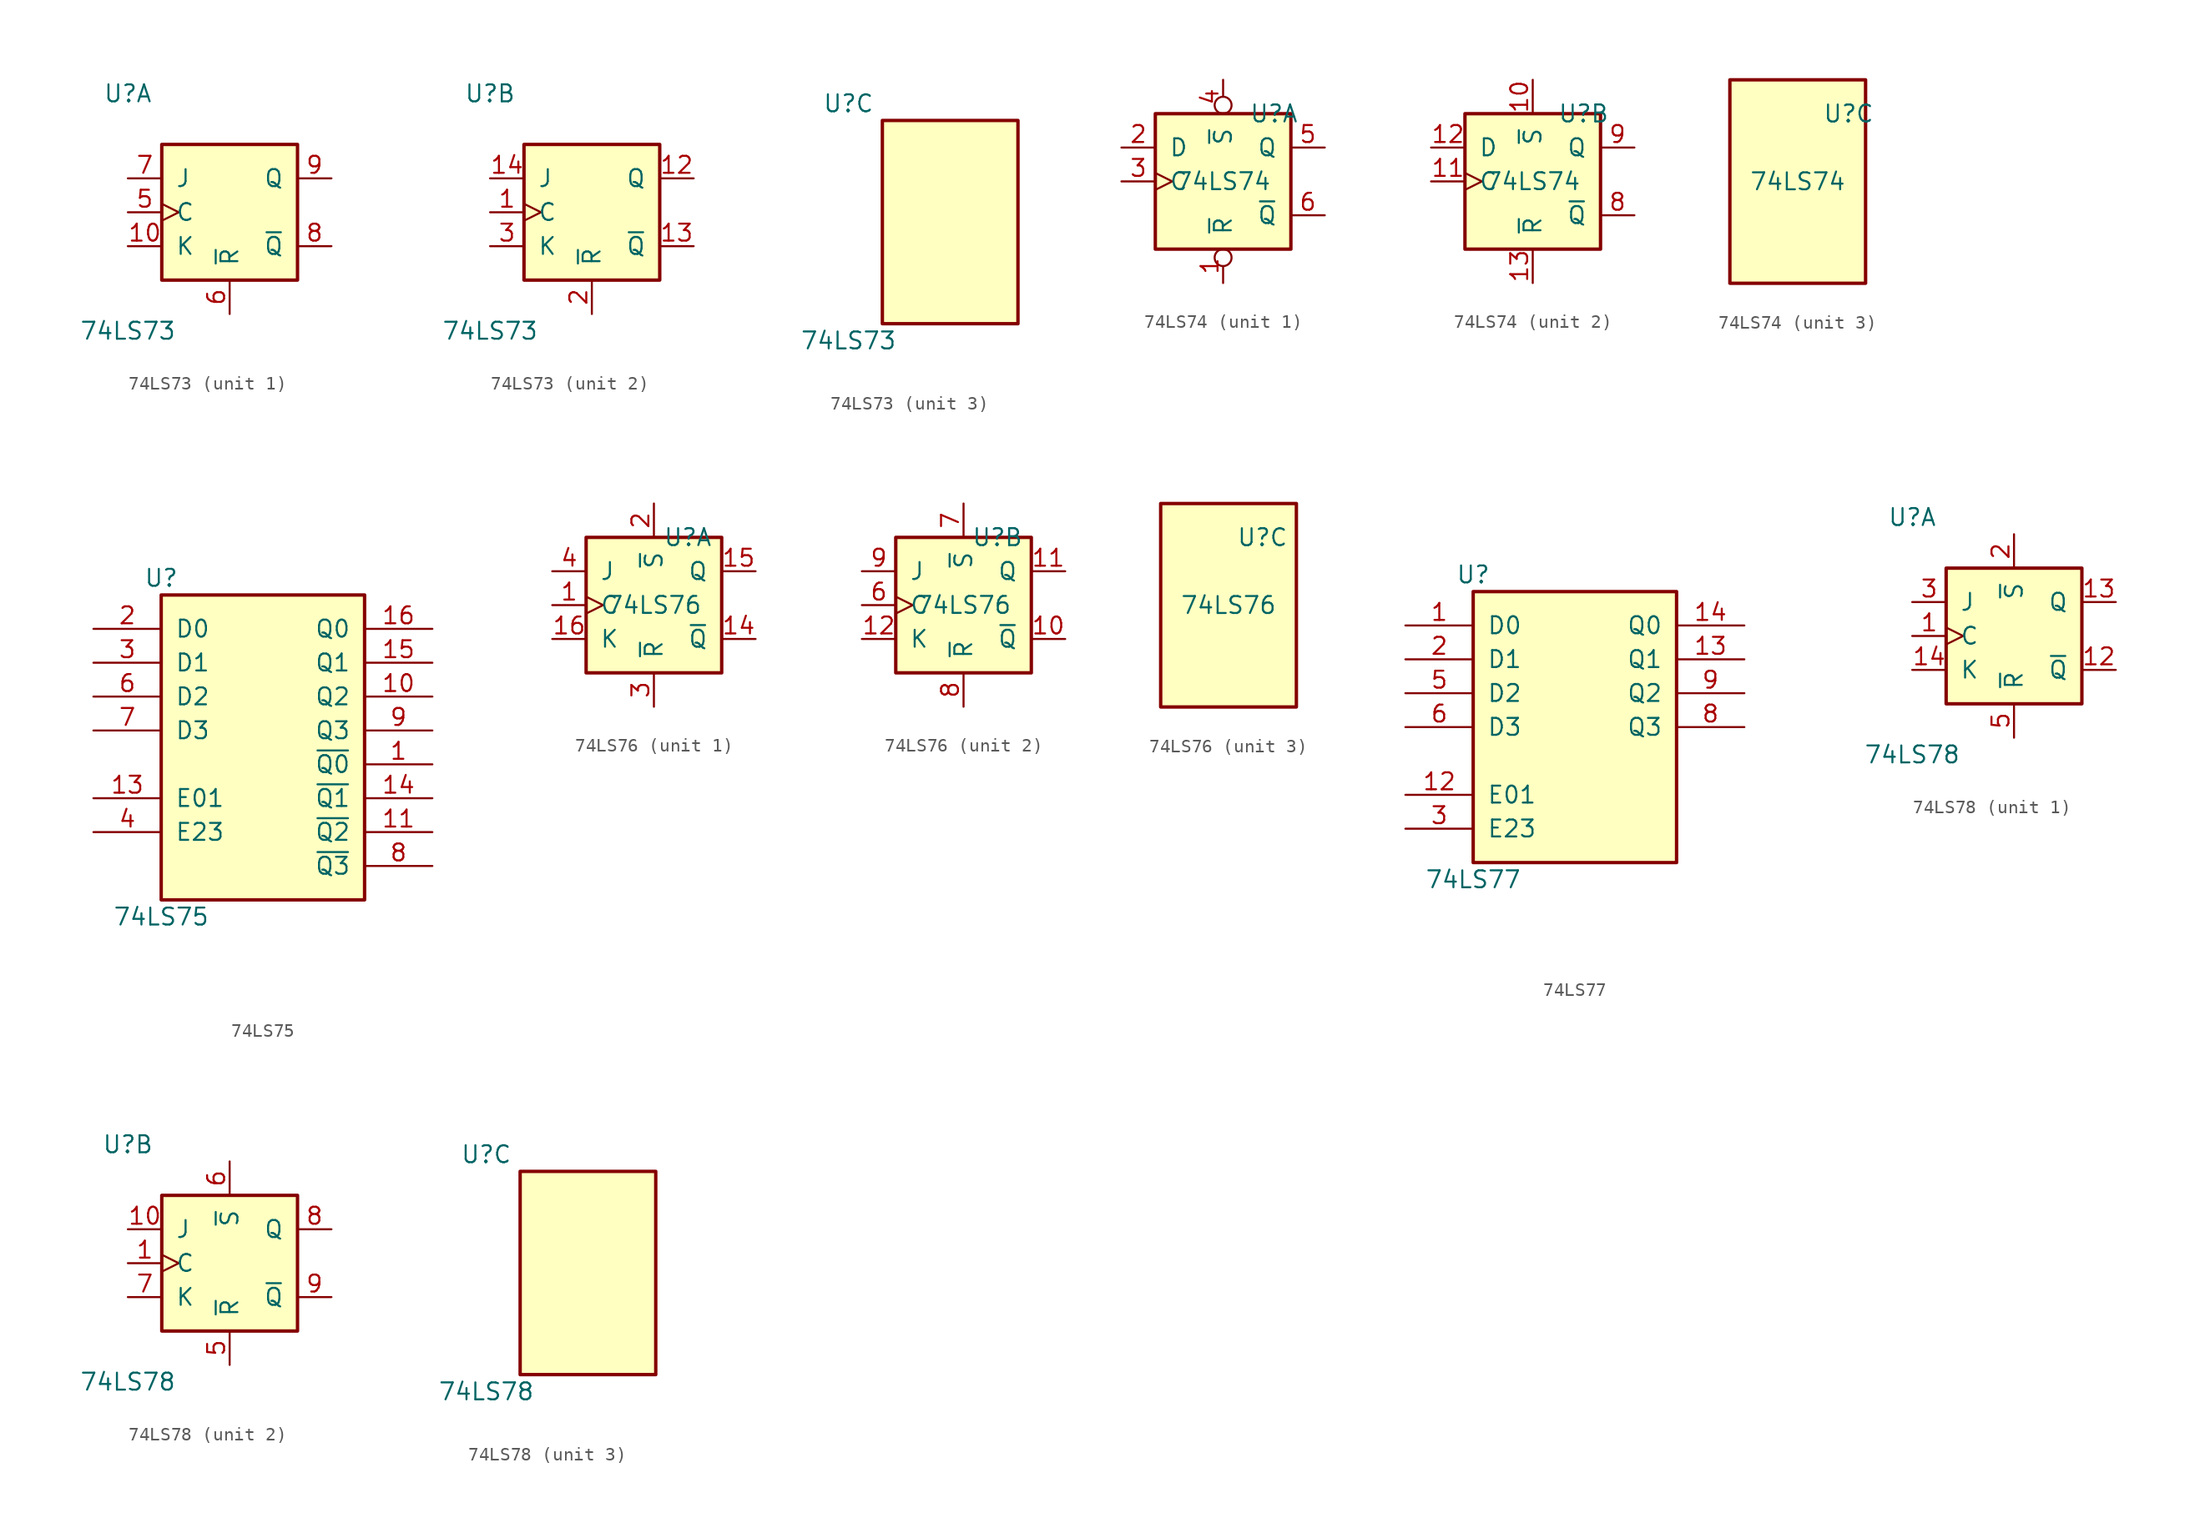
<source format=kicad_sym>
(kicad_symbol_lib
  (version 20211014)
  (generator kicad_symbol_editor)
  (symbol "74LS73"
    (pin_names
      (offset 1.016))
    (property "Reference" "U"
      (at -7.62 8.89 0)
      (effects (font (size 1.27 1.27))))
    (property "Value" "74LS73"
      (at -7.62 -8.89 0)
      (effects (font (size 1.27 1.27))))
    (property "ki_locked" ""
      (at 0 0 0)
      (effects (font (size 1.27 1.27))))
    (symbol "74LS73_1_0"
      (pin input line (at -7.62 -2.54 0) (length 2.54) (name "K" (effects (font (size 1.27 1.27)))) (number "10" (effects (font (size 1.27 1.27)))))
      (pin input clock (at -7.62 0 0) (length 2.54) (name "C" (effects (font (size 1.27 1.27)))) (number "5" (effects (font (size 1.27 1.27)))))
      (pin input line (at 0 -7.62 90) (length 2.54) (name "~{R}" (effects (font (size 1.27 1.27)))) (number "6" (effects (font (size 1.27 1.27)))))
      (pin input line (at -7.62 2.54 0) (length 2.54) (name "J" (effects (font (size 1.27 1.27)))) (number "7" (effects (font (size 1.27 1.27)))))
      (pin output line (at 7.62 -2.54 180) (length 2.54) (name "~{Q}" (effects (font (size 1.27 1.27)))) (number "8" (effects (font (size 1.27 1.27)))))
      (pin output line (at 7.62 2.54 180) (length 2.54) (name "Q" (effects (font (size 1.27 1.27)))) (number "9" (effects (font (size 1.27 1.27))))))
    (symbol "74LS73_1_1"
      (rectangle (start -5.08 5.08) (end 5.08 -5.08) (stroke (width 0.254) (type default) (color 0 0 0 0)) (fill (type background))))
    (symbol "74LS73_2_0"
      (pin input clock (at -7.62 0 0) (length 2.54) (name "C" (effects (font (size 1.27 1.27)))) (number "1" (effects (font (size 1.27 1.27)))))
      (pin output line (at 7.62 2.54 180) (length 2.54) (name "Q" (effects (font (size 1.27 1.27)))) (number "12" (effects (font (size 1.27 1.27)))))
      (pin output line (at 7.62 -2.54 180) (length 2.54) (name "~{Q}" (effects (font (size 1.27 1.27)))) (number "13" (effects (font (size 1.27 1.27)))))
      (pin input line (at -7.62 2.54 0) (length 2.54) (name "J" (effects (font (size 1.27 1.27)))) (number "14" (effects (font (size 1.27 1.27)))))
      (pin input line (at 0 -7.62 90) (length 2.54) (name "~{R}" (effects (font (size 1.27 1.27)))) (number "2" (effects (font (size 1.27 1.27)))))
      (pin input line (at -7.62 -2.54 0) (length 2.54) (name "K" (effects (font (size 1.27 1.27)))) (number "3" (effects (font (size 1.27 1.27))))))
    (symbol "74LS73_2_1"
      (rectangle (start -5.08 5.08) (end 5.08 -5.08) (stroke (width 0.254) (type default) (color 0 0 0 0)) (fill (type background))))
    (symbol "74LS73_3_0"
      (pin input line (at 0 -10.16 90) (length 2.54) hide (name "GND" (effects (font (size 1.27 1.27)))) (number "11" (effects (font (size 1.27 1.27)))))
      (pin input line (at 0 10.16 270) (length 2.54) hide (name "VCC" (effects (font (size 1.27 1.27)))) (number "4" (effects (font (size 1.27 1.27))))))
    (symbol "74LS73_3_1"
      (rectangle (start -5.08 7.62) (end 5.08 -7.62) (stroke (width 0.254) (type default) (color 0 0 0 0)) (fill (type background)))))
  (symbol "74LS74"
    (pin_names
      (offset 1.016))
    (property "Reference" "U"
      (at 3.81 5.08 0)
      (effects (font (size 1.27 1.27))))
    (property "Value" "74LS74"
      (at 0 0 0)
      (effects (font (size 1.27 1.27))))
    (property "ki_locked" ""
      (at 0 0 0)
      (effects (font (size 1.27 1.27))))
    (symbol "74LS74_1_0"
      (pin input inverted (at 0 -7.62 90) (length 2.54) (name "~{R}" (effects (font (size 1.27 1.27)))) (number "1" (effects (font (size 1.27 1.27)))))
      (pin input line (at -7.62 2.54 0) (length 2.54) (name "D" (effects (font (size 1.27 1.27)))) (number "2" (effects (font (size 1.27 1.27)))))
      (pin input clock (at -7.62 0 0) (length 2.54) (name "C" (effects (font (size 1.27 1.27)))) (number "3" (effects (font (size 1.27 1.27)))))
      (pin input inverted (at 0 7.62 270) (length 2.54) (name "~{S}" (effects (font (size 1.27 1.27)))) (number "4" (effects (font (size 1.27 1.27)))))
      (pin output line (at 7.62 2.54 180) (length 2.54) (name "Q" (effects (font (size 1.27 1.27)))) (number "5" (effects (font (size 1.27 1.27)))))
      (pin output line (at 7.62 -2.54 180) (length 2.54) (name "~{Q}" (effects (font (size 1.27 1.27)))) (number "6" (effects (font (size 1.27 1.27))))))
    (symbol "74LS74_1_1"
      (rectangle (start -5.08 5.08) (end 5.08 -5.08) (stroke (width 0.254) (type default) (color 0 0 0 0)) (fill (type background))))
    (symbol "74LS74_2_0"
      (pin input clock (at -7.62 0 0) (length 2.54) (name "C" (effects (font (size 1.27 1.27)))) (number "11" (effects (font (size 1.27 1.27)))))
      (pin input line (at -7.62 2.54 0) (length 2.54) (name "D" (effects (font (size 1.27 1.27)))) (number "12" (effects (font (size 1.27 1.27)))))
      (pin input line (at 0 -7.62 90) (length 2.54) (name "~{R}" (effects (font (size 1.27 1.27)))) (number "13" (effects (font (size 1.27 1.27)))))
      (pin output line (at 7.62 -2.54 180) (length 2.54) (name "~{Q}" (effects (font (size 1.27 1.27)))) (number "8" (effects (font (size 1.27 1.27)))))
      (pin output line (at 7.62 2.54 180) (length 2.54) (name "Q" (effects (font (size 1.27 1.27)))) (number "9" (effects (font (size 1.27 1.27))))))
    (symbol "74LS74_2_1"
      (rectangle (start -5.08 5.08) (end 5.08 -5.08) (stroke (width 0.254) (type default) (color 0 0 0 0)) (fill (type background)))
      (pin input line (at 0 7.62 270) (length 2.54) (name "~{S}" (effects (font (size 1.27 1.27)))) (number "10" (effects (font (size 1.27 1.27))))))
    (symbol "74LS74_3_0"
      (pin power_in line (at 0 7.62 270) (length 2.54) hide (name "VCC" (effects (font (size 1.27 1.27)))) (number "14" (effects (font (size 1.27 1.27)))))
      (pin power_in line (at 0 -7.62 90) (length 2.54) hide (name "VSS" (effects (font (size 1.27 1.27)))) (number "7" (effects (font (size 1.27 1.27))))))
    (symbol "74LS74_3_1"
      (rectangle (start -5.08 7.62) (end 5.08 -7.62) (stroke (width 0.254) (type default) (color 0 0 0 0)) (fill (type background)))))
  (symbol "74LS75"
    (pin_names
      (offset 1.016))
    (property "Reference" "U"
      (at -7.62 11.43 0)
      (effects (font (size 1.27 1.27))))
    (property "Value" "74LS75"
      (at -7.62 -13.97 0)
      (effects (font (size 1.27 1.27))))
    (property "ki_locked" ""
      (at 0 0 0)
      (effects (font (size 1.27 1.27))))
    (symbol "74LS75_1_0"
      (pin output line (at 12.7 -2.54 180) (length 5.08) (name "~{Q0}" (effects (font (size 1.27 1.27)))) (number "1" (effects (font (size 1.27 1.27)))))
      (pin output line (at 12.7 2.54 180) (length 5.08) (name "Q2" (effects (font (size 1.27 1.27)))) (number "10" (effects (font (size 1.27 1.27)))))
      (pin output line (at 12.7 -7.62 180) (length 5.08) (name "~{Q2}" (effects (font (size 1.27 1.27)))) (number "11" (effects (font (size 1.27 1.27)))))
      (pin input line (at 0 -17.78 90) (length 5.08) hide (name "GND" (effects (font (size 1.27 1.27)))) (number "12" (effects (font (size 1.27 1.27)))))
      (pin input line (at -12.7 -5.08 0) (length 5.08) (name "E01" (effects (font (size 1.27 1.27)))) (number "13" (effects (font (size 1.27 1.27)))))
      (pin output line (at 12.7 -5.08 180) (length 5.08) (name "~{Q1}" (effects (font (size 1.27 1.27)))) (number "14" (effects (font (size 1.27 1.27)))))
      (pin output line (at 12.7 5.08 180) (length 5.08) (name "Q1" (effects (font (size 1.27 1.27)))) (number "15" (effects (font (size 1.27 1.27)))))
      (pin output line (at 12.7 7.62 180) (length 5.08) (name "Q0" (effects (font (size 1.27 1.27)))) (number "16" (effects (font (size 1.27 1.27)))))
      (pin input line (at -12.7 7.62 0) (length 5.08) (name "D0" (effects (font (size 1.27 1.27)))) (number "2" (effects (font (size 1.27 1.27)))))
      (pin input line (at -12.7 5.08 0) (length 5.08) (name "D1" (effects (font (size 1.27 1.27)))) (number "3" (effects (font (size 1.27 1.27)))))
      (pin input line (at -12.7 -7.62 0) (length 5.08) (name "E23" (effects (font (size 1.27 1.27)))) (number "4" (effects (font (size 1.27 1.27)))))
      (pin input line (at 0 15.24 270) (length 5.08) hide (name "VCC" (effects (font (size 1.27 1.27)))) (number "5" (effects (font (size 1.27 1.27)))))
      (pin input line (at -12.7 2.54 0) (length 5.08) (name "D2" (effects (font (size 1.27 1.27)))) (number "6" (effects (font (size 1.27 1.27)))))
      (pin input line (at -12.7 0 0) (length 5.08) (name "D3" (effects (font (size 1.27 1.27)))) (number "7" (effects (font (size 1.27 1.27)))))
      (pin output line (at 12.7 -10.16 180) (length 5.08) (name "~{Q3}" (effects (font (size 1.27 1.27)))) (number "8" (effects (font (size 1.27 1.27)))))
      (pin output line (at 12.7 0 180) (length 5.08) (name "Q3" (effects (font (size 1.27 1.27)))) (number "9" (effects (font (size 1.27 1.27))))))
    (symbol "74LS75_1_1"
      (rectangle (start -7.62 10.16) (end 7.62 -12.7) (stroke (width 0.254) (type default) (color 0 0 0 0)) (fill (type background)))))
  (symbol "74LS76"
    (pin_names
      (offset 1.016))
    (property "Reference" "U"
      (at 2.54 5.08 0)
      (effects (font (size 1.27 1.27))))
    (property "Value" "74LS76"
      (at 0 0 0)
      (effects (font (size 1.27 1.27))))
    (property "ki_locked" ""
      (at 0 0 0)
      (effects (font (size 1.27 1.27))))
    (symbol "74LS76_1_0"
      (pin input clock (at -7.62 0 0) (length 2.54) (name "C" (effects (font (size 1.27 1.27)))) (number "1" (effects (font (size 1.27 1.27)))))
      (pin output line (at 7.62 -2.54 180) (length 2.54) (name "~{Q}" (effects (font (size 1.27 1.27)))) (number "14" (effects (font (size 1.27 1.27)))))
      (pin output line (at 7.62 2.54 180) (length 2.54) (name "Q" (effects (font (size 1.27 1.27)))) (number "15" (effects (font (size 1.27 1.27)))))
      (pin input line (at -7.62 -2.54 0) (length 2.54) (name "K" (effects (font (size 1.27 1.27)))) (number "16" (effects (font (size 1.27 1.27)))))
      (pin input line (at 0 7.62 270) (length 2.54) (name "~{S}" (effects (font (size 1.27 1.27)))) (number "2" (effects (font (size 1.27 1.27)))))
      (pin input line (at 0 -7.62 90) (length 2.54) (name "~{R}" (effects (font (size 1.27 1.27)))) (number "3" (effects (font (size 1.27 1.27)))))
      (pin input line (at -7.62 2.54 0) (length 2.54) (name "J" (effects (font (size 1.27 1.27)))) (number "4" (effects (font (size 1.27 1.27))))))
    (symbol "74LS76_1_1"
      (rectangle (start -5.08 5.08) (end 5.08 -5.08) (stroke (width 0.254) (type default) (color 0 0 0 0)) (fill (type background))))
    (symbol "74LS76_2_0"
      (pin output line (at 7.62 -2.54 180) (length 2.54) (name "~{Q}" (effects (font (size 1.27 1.27)))) (number "10" (effects (font (size 1.27 1.27)))))
      (pin output line (at 7.62 2.54 180) (length 2.54) (name "Q" (effects (font (size 1.27 1.27)))) (number "11" (effects (font (size 1.27 1.27)))))
      (pin input line (at -7.62 -2.54 0) (length 2.54) (name "K" (effects (font (size 1.27 1.27)))) (number "12" (effects (font (size 1.27 1.27)))))
      (pin input clock (at -7.62 0 0) (length 2.54) (name "C" (effects (font (size 1.27 1.27)))) (number "6" (effects (font (size 1.27 1.27)))))
      (pin input line (at 0 7.62 270) (length 2.54) (name "~{S}" (effects (font (size 1.27 1.27)))) (number "7" (effects (font (size 1.27 1.27)))))
      (pin input line (at 0 -7.62 90) (length 2.54) (name "~{R}" (effects (font (size 1.27 1.27)))) (number "8" (effects (font (size 1.27 1.27)))))
      (pin input line (at -7.62 2.54 0) (length 2.54) (name "J" (effects (font (size 1.27 1.27)))) (number "9" (effects (font (size 1.27 1.27))))))
    (symbol "74LS76_2_1"
      (rectangle (start -5.08 5.08) (end 5.08 -5.08) (stroke (width 0.254) (type default) (color 0 0 0 0)) (fill (type background))))
    (symbol "74LS76_3_0"
      (pin power_in line (at 0 -7.62 90) (length 2.54) hide (name "VSS" (effects (font (size 1.27 1.27)))) (number "13" (effects (font (size 1.27 1.27)))))
      (pin power_in line (at 0 7.62 270) (length 2.54) hide (name "VCC" (effects (font (size 1.27 1.27)))) (number "5" (effects (font (size 1.27 1.27))))))
    (symbol "74LS76_3_1"
      (rectangle (start -5.08 7.62) (end 5.08 -7.62) (stroke (width 0.254) (type default) (color 0 0 0 0)) (fill (type background)))))
  (symbol "74LS77"
    (pin_names
      (offset 1.016))
    (property "Reference" "U"
      (at -7.62 11.43 0)
      (effects (font (size 1.27 1.27))))
    (property "Value" "74LS77"
      (at -7.62 -11.43 0)
      (effects (font (size 1.27 1.27))))
    (property "ki_locked" ""
      (at 0 0 0)
      (effects (font (size 1.27 1.27))))
    (symbol "74LS77_1_0"
      (pin input line (at -12.7 7.62 0) (length 5.08) (name "D0" (effects (font (size 1.27 1.27)))) (number "1" (effects (font (size 1.27 1.27)))))
      (pin input line (at 0 -15.24 90) (length 5.08) hide (name "GND" (effects (font (size 1.27 1.27)))) (number "11" (effects (font (size 1.27 1.27)))))
      (pin input line (at -12.7 -5.08 0) (length 5.08) (name "E01" (effects (font (size 1.27 1.27)))) (number "12" (effects (font (size 1.27 1.27)))))
      (pin output line (at 12.7 5.08 180) (length 5.08) (name "Q1" (effects (font (size 1.27 1.27)))) (number "13" (effects (font (size 1.27 1.27)))))
      (pin output line (at 12.7 7.62 180) (length 5.08) (name "Q0" (effects (font (size 1.27 1.27)))) (number "14" (effects (font (size 1.27 1.27)))))
      (pin input line (at -12.7 5.08 0) (length 5.08) (name "D1" (effects (font (size 1.27 1.27)))) (number "2" (effects (font (size 1.27 1.27)))))
      (pin input line (at -12.7 -7.62 0) (length 5.08) (name "E23" (effects (font (size 1.27 1.27)))) (number "3" (effects (font (size 1.27 1.27)))))
      (pin input line (at 0 15.24 270) (length 5.08) hide (name "VCC" (effects (font (size 1.27 1.27)))) (number "4" (effects (font (size 1.27 1.27)))))
      (pin input line (at -12.7 2.54 0) (length 5.08) (name "D2" (effects (font (size 1.27 1.27)))) (number "5" (effects (font (size 1.27 1.27)))))
      (pin input line (at -12.7 0 0) (length 5.08) (name "D3" (effects (font (size 1.27 1.27)))) (number "6" (effects (font (size 1.27 1.27)))))
      (pin output line (at 12.7 0 180) (length 5.08) (name "Q3" (effects (font (size 1.27 1.27)))) (number "8" (effects (font (size 1.27 1.27)))))
      (pin output line (at 12.7 2.54 180) (length 5.08) (name "Q2" (effects (font (size 1.27 1.27)))) (number "9" (effects (font (size 1.27 1.27))))))
    (symbol "74LS77_1_1"
      (rectangle (start -7.62 10.16) (end 7.62 -10.16) (stroke (width 0.254) (type default) (color 0 0 0 0)) (fill (type background)))))
  (symbol "74LS78"
    (pin_names
      (offset 1.016))
    (property "Reference" "U"
      (at -7.62 8.89 0)
      (effects (font (size 1.27 1.27))))
    (property "Value" "74LS78"
      (at -7.62 -8.89 0)
      (effects (font (size 1.27 1.27))))
    (property "ki_locked" ""
      (at 0 0 0)
      (effects (font (size 1.27 1.27))))
    (symbol "74LS78_1_0"
      (pin input clock (at -7.62 0 0) (length 2.54) (name "C" (effects (font (size 1.27 1.27)))) (number "1" (effects (font (size 1.27 1.27)))))
      (pin output line (at 7.62 -2.54 180) (length 2.54) (name "~{Q}" (effects (font (size 1.27 1.27)))) (number "12" (effects (font (size 1.27 1.27)))))
      (pin output line (at 7.62 2.54 180) (length 2.54) (name "Q" (effects (font (size 1.27 1.27)))) (number "13" (effects (font (size 1.27 1.27)))))
      (pin input line (at -7.62 -2.54 0) (length 2.54) (name "K" (effects (font (size 1.27 1.27)))) (number "14" (effects (font (size 1.27 1.27)))))
      (pin input line (at 0 7.62 270) (length 2.54) (name "~{S}" (effects (font (size 1.27 1.27)))) (number "2" (effects (font (size 1.27 1.27)))))
      (pin input line (at -7.62 2.54 0) (length 2.54) (name "J" (effects (font (size 1.27 1.27)))) (number "3" (effects (font (size 1.27 1.27)))))
      (pin input line (at 0 -7.62 90) (length 2.54) (name "~{R}" (effects (font (size 1.27 1.27)))) (number "5" (effects (font (size 1.27 1.27))))))
    (symbol "74LS78_1_1"
      (rectangle (start -5.08 5.08) (end 5.08 -5.08) (stroke (width 0.254) (type default) (color 0 0 0 0)) (fill (type background))))
    (symbol "74LS78_2_0"
      (pin input clock (at -7.62 0 0) (length 2.54) (name "C" (effects (font (size 1.27 1.27)))) (number "1" (effects (font (size 1.27 1.27)))))
      (pin input line (at -7.62 2.54 0) (length 2.54) (name "J" (effects (font (size 1.27 1.27)))) (number "10" (effects (font (size 1.27 1.27)))))
      (pin input line (at 0 -7.62 90) (length 2.54) (name "~{R}" (effects (font (size 1.27 1.27)))) (number "5" (effects (font (size 1.27 1.27)))))
      (pin input line (at 0 7.62 270) (length 2.54) (name "~{S}" (effects (font (size 1.27 1.27)))) (number "6" (effects (font (size 1.27 1.27)))))
      (pin input line (at -7.62 -2.54 0) (length 2.54) (name "K" (effects (font (size 1.27 1.27)))) (number "7" (effects (font (size 1.27 1.27)))))
      (pin output line (at 7.62 2.54 180) (length 2.54) (name "Q" (effects (font (size 1.27 1.27)))) (number "8" (effects (font (size 1.27 1.27)))))
      (pin output line (at 7.62 -2.54 180) (length 2.54) (name "~{Q}" (effects (font (size 1.27 1.27)))) (number "9" (effects (font (size 1.27 1.27))))))
    (symbol "74LS78_2_1"
      (rectangle (start -5.08 5.08) (end 5.08 -5.08) (stroke (width 0.254) (type default) (color 0 0 0 0)) (fill (type background))))
    (symbol "74LS78_3_0"
      (pin input line (at 0 -10.16 90) (length 2.54) hide (name "GND" (effects (font (size 1.27 1.27)))) (number "11" (effects (font (size 1.27 1.27)))))
      (pin input line (at 0 10.16 270) (length 2.54) hide (name "VCC" (effects (font (size 1.27 1.27)))) (number "4" (effects (font (size 1.27 1.27))))))
    (symbol "74LS78_3_1"
      (rectangle (start -5.08 7.62) (end 5.08 -7.62) (stroke (width 0.254) (type default) (color 0 0 0 0)) (fill (type background))))))
</source>
